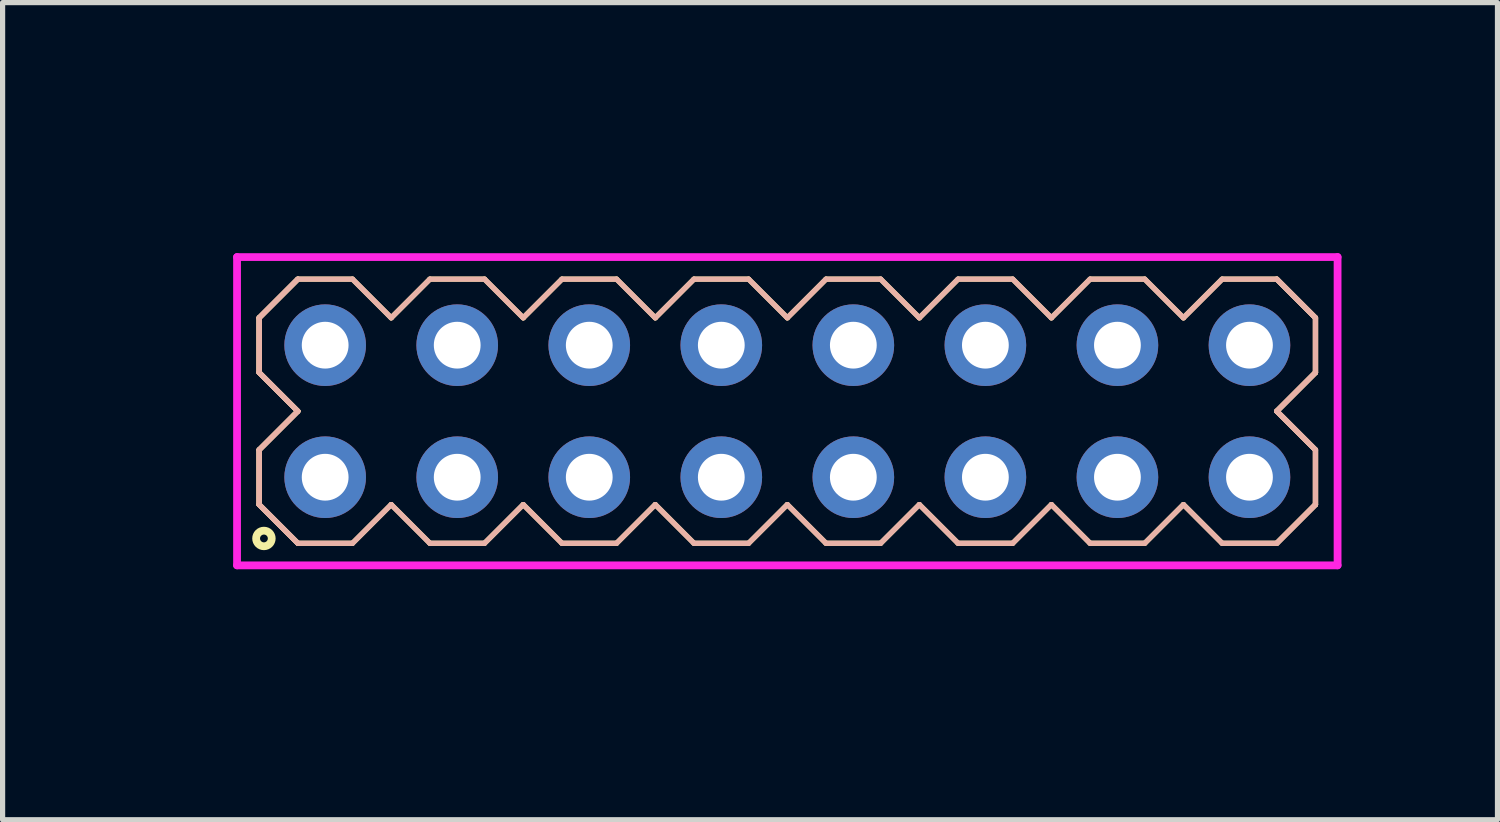
<source format=kicad_pcb>
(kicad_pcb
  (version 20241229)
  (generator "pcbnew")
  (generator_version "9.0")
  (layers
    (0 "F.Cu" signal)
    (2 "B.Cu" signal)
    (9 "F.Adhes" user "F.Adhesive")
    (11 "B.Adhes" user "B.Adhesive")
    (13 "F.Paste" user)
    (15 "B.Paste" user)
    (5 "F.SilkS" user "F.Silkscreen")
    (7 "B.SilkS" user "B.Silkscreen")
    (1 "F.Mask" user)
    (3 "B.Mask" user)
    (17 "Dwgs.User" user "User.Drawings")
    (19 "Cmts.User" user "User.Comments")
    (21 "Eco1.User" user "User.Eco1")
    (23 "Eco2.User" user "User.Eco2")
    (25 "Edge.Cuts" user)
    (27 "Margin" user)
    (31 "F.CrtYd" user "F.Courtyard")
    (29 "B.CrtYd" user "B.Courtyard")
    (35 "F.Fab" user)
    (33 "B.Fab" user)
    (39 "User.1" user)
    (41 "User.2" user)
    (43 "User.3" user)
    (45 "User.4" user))
  (footprint "HDR254P8x2"
    (layer "F.Cu")
    (at 12.095 4.86)
    (property "Reference" "HDR254P8x2" (at -11.335 0 90) (layer "User.1") (effects (font (size 1 1) (thickness 0.1))))
    (attr through_hole)
    (fp_line (start -10.16 -1.796) (end -9.416 -2.54) (stroke (width 0.1) (type solid)) (layer "F.SilkS"))
    (fp_line (start -10.16 -1.796) (end -9.416 -2.54) (stroke (width 0.1) (type solid)) (layer "F.SilkS"))
    (fp_line (start -10.16 -0.744) (end -10.16 -1.796) (stroke (width 0.1) (type solid)) (layer "F.SilkS"))
    (fp_line (start -10.16 -0.744) (end -10.16 -1.796) (stroke (width 0.1) (type solid)) (layer "F.SilkS"))
    (fp_line (start -10.16 0.744) (end -9.416 0) (stroke (width 0.1) (type solid)) (layer "F.SilkS"))
    (fp_line (start -10.16 0.744) (end -9.416 0) (stroke (width 0.1) (type solid)) (layer "F.SilkS"))
    (fp_line (start -10.16 1.796) (end -10.16 0.744) (stroke (width 0.1) (type solid)) (layer "F.SilkS"))
    (fp_line (start -10.16 1.796) (end -10.16 0.744) (stroke (width 0.1) (type solid)) (layer "F.SilkS"))
    (fp_line (start -9.416 -2.54) (end -8.364 -2.54) (stroke (width 0.1) (type solid)) (layer "F.SilkS"))
    (fp_line (start -9.416 0) (end -10.16 -0.744) (stroke (width 0.1) (type solid)) (layer "F.SilkS"))
    (fp_line (start -9.416 0) (end -10.16 -0.744) (stroke (width 0.1) (type solid)) (layer "F.SilkS"))
    (fp_line (start -9.416 2.54) (end -10.16 1.796) (stroke (width 0.1) (type solid)) (layer "F.SilkS"))
    (fp_line (start -9.416 2.54) (end -10.16 1.796) (stroke (width 0.1) (type solid)) (layer "F.SilkS"))
    (fp_line (start -8.364 -2.54) (end -7.62 -1.796) (stroke (width 0.1) (type solid)) (layer "F.SilkS"))
    (fp_line (start -8.364 2.54) (end -9.416 2.54) (stroke (width 0.1) (type solid)) (layer "F.SilkS"))
    (fp_line (start -7.62 -1.796) (end -6.876 -2.54) (stroke (width 0.1) (type solid)) (layer "F.SilkS"))
    (fp_line (start -7.62 1.796) (end -8.364 2.54) (stroke (width 0.1) (type solid)) (layer "F.SilkS"))
    (fp_line (start -6.876 -2.54) (end -5.824 -2.54) (stroke (width 0.1) (type solid)) (layer "F.SilkS"))
    (fp_line (start -6.876 2.54) (end -7.62 1.796) (stroke (width 0.1) (type solid)) (layer "F.SilkS"))
    (fp_line (start -5.824 -2.54) (end -5.08 -1.796) (stroke (width 0.1) (type solid)) (layer "F.SilkS"))
    (fp_line (start -5.824 2.54) (end -6.876 2.54) (stroke (width 0.1) (type solid)) (layer "F.SilkS"))
    (fp_line (start -5.08 -1.796) (end -4.336 -2.54) (stroke (width 0.1) (type solid)) (layer "F.SilkS"))
    (fp_line (start -5.08 1.796) (end -5.824 2.54) (stroke (width 0.1) (type solid)) (layer "F.SilkS"))
    (fp_line (start -4.336 -2.54) (end -3.284 -2.54) (stroke (width 0.1) (type solid)) (layer "F.SilkS"))
    (fp_line (start -4.336 2.54) (end -5.08 1.796) (stroke (width 0.1) (type solid)) (layer "F.SilkS"))
    (fp_line (start -3.284 -2.54) (end -2.54 -1.796) (stroke (width 0.1) (type solid)) (layer "F.SilkS"))
    (fp_line (start -3.284 2.54) (end -4.336 2.54) (stroke (width 0.1) (type solid)) (layer "F.SilkS"))
    (fp_line (start -2.54 -1.796) (end -1.796 -2.54) (stroke (width 0.1) (type solid)) (layer "F.SilkS"))
    (fp_line (start -2.54 1.796) (end -3.284 2.54) (stroke (width 0.1) (type solid)) (layer "F.SilkS"))
    (fp_line (start -1.796 -2.54) (end -0.744 -2.54) (stroke (width 0.1) (type solid)) (layer "F.SilkS"))
    (fp_line (start -1.796 2.54) (end -2.54 1.796) (stroke (width 0.1) (type solid)) (layer "F.SilkS"))
    (fp_line (start -0.744 -2.54) (end 0 -1.796) (stroke (width 0.1) (type solid)) (layer "F.SilkS"))
    (fp_line (start -0.744 2.54) (end -1.796 2.54) (stroke (width 0.1) (type solid)) (layer "F.SilkS"))
    (fp_line (start 0 -1.796) (end 0.744 -2.54) (stroke (width 0.1) (type solid)) (layer "F.SilkS"))
    (fp_line (start 0 1.796) (end -0.744 2.54) (stroke (width 0.1) (type solid)) (layer "F.SilkS"))
    (fp_line (start 0.744 -2.54) (end 1.796 -2.54) (stroke (width 0.1) (type solid)) (layer "F.SilkS"))
    (fp_line (start 0.744 2.54) (end 0 1.796) (stroke (width 0.1) (type solid)) (layer "F.SilkS"))
    (fp_line (start 1.796 -2.54) (end 2.54 -1.796) (stroke (width 0.1) (type solid)) (layer "F.SilkS"))
    (fp_line (start 1.796 2.54) (end 0.744 2.54) (stroke (width 0.1) (type solid)) (layer "F.SilkS"))
    (fp_line (start 2.54 -1.796) (end 3.284 -2.54) (stroke (width 0.1) (type solid)) (layer "F.SilkS"))
    (fp_line (start 2.54 1.796) (end 1.796 2.54) (stroke (width 0.1) (type solid)) (layer "F.SilkS"))
    (fp_line (start 3.284 -2.54) (end 4.336 -2.54) (stroke (width 0.1) (type solid)) (layer "F.SilkS"))
    (fp_line (start 3.284 2.54) (end 2.54 1.796) (stroke (width 0.1) (type solid)) (layer "F.SilkS"))
    (fp_line (start 4.336 -2.54) (end 5.08 -1.796) (stroke (width 0.1) (type solid)) (layer "F.SilkS"))
    (fp_line (start 4.336 2.54) (end 3.284 2.54) (stroke (width 0.1) (type solid)) (layer "F.SilkS"))
    (fp_line (start 5.08 -1.796) (end 5.824 -2.54) (stroke (width 0.1) (type solid)) (layer "F.SilkS"))
    (fp_line (start 5.08 1.796) (end 4.336 2.54) (stroke (width 0.1) (type solid)) (layer "F.SilkS"))
    (fp_line (start 5.824 -2.54) (end 6.876 -2.54) (stroke (width 0.1) (type solid)) (layer "F.SilkS"))
    (fp_line (start 5.824 2.54) (end 5.08 1.796) (stroke (width 0.1) (type solid)) (layer "F.SilkS"))
    (fp_line (start 6.876 -2.54) (end 7.62 -1.796) (stroke (width 0.1) (type solid)) (layer "F.SilkS"))
    (fp_line (start 6.876 2.54) (end 5.824 2.54) (stroke (width 0.1) (type solid)) (layer "F.SilkS"))
    (fp_line (start 7.62 -1.796) (end 8.364 -2.54) (stroke (width 0.1) (type solid)) (layer "F.SilkS"))
    (fp_line (start 7.62 1.796) (end 6.876 2.54) (stroke (width 0.1) (type solid)) (layer "F.SilkS"))
    (fp_line (start 8.364 -2.54) (end 9.416 -2.54) (stroke (width 0.1) (type solid)) (layer "F.SilkS"))
    (fp_line (start 8.364 2.54) (end 7.62 1.796) (stroke (width 0.1) (type solid)) (layer "F.SilkS"))
    (fp_line (start 9.416 -2.54) (end 10.16 -1.796) (stroke (width 0.1) (type solid)) (layer "F.SilkS"))
    (fp_line (start 9.416 -2.54) (end 10.16 -1.796) (stroke (width 0.1) (type solid)) (layer "F.SilkS"))
    (fp_line (start 9.416 0) (end 10.16 0.744) (stroke (width 0.1) (type solid)) (layer "F.SilkS"))
    (fp_line (start 9.416 0) (end 10.16 0.744) (stroke (width 0.1) (type solid)) (layer "F.SilkS"))
    (fp_line (start 9.416 2.54) (end 8.364 2.54) (stroke (width 0.1) (type solid)) (layer "F.SilkS"))
    (fp_line (start 10.16 -1.796) (end 10.16 -0.744) (stroke (width 0.1) (type solid)) (layer "F.SilkS"))
    (fp_line (start 10.16 -1.796) (end 10.16 -0.744) (stroke (width 0.1) (type solid)) (layer "F.SilkS"))
    (fp_line (start 10.16 -0.744) (end 9.416 0) (stroke (width 0.1) (type solid)) (layer "F.SilkS"))
    (fp_line (start 10.16 -0.744) (end 9.416 0) (stroke (width 0.1) (type solid)) (layer "F.SilkS"))
    (fp_line (start 10.16 0.744) (end 10.16 1.796) (stroke (width 0.1) (type solid)) (layer "F.SilkS"))
    (fp_line (start 10.16 0.744) (end 10.16 1.796) (stroke (width 0.1) (type solid)) (layer "F.SilkS"))
    (fp_line (start 10.16 1.796) (end 9.416 2.54) (stroke (width 0.1) (type solid)) (layer "F.SilkS"))
    (fp_line (start 10.16 1.796) (end 9.416 2.54) (stroke (width 0.1) (type solid)) (layer "F.SilkS"))
    (fp_circle (center -10.068 2.448) (end -9.918 2.448) (stroke (width 0.15) (type solid)) (fill no) (layer "F.SilkS"))
    (fp_line (start -10.16 -1.796) (end -9.416 -2.54) (stroke (width 0.1) (type solid)) (layer "B.SilkS"))
    (fp_line (start -10.16 -1.796) (end -9.416 -2.54) (stroke (width 0.1) (type solid)) (layer "B.SilkS"))
    (fp_line (start -10.16 -0.744) (end -10.16 -1.796) (stroke (width 0.1) (type solid)) (layer "B.SilkS"))
    (fp_line (start -10.16 -0.744) (end -10.16 -1.796) (stroke (width 0.1) (type solid)) (layer "B.SilkS"))
    (fp_line (start -10.16 0.744) (end -9.416 0) (stroke (width 0.1) (type solid)) (layer "B.SilkS"))
    (fp_line (start -10.16 0.744) (end -9.416 0) (stroke (width 0.1) (type solid)) (layer "B.SilkS"))
    (fp_line (start -10.16 1.796) (end -10.16 0.744) (stroke (width 0.1) (type solid)) (layer "B.SilkS"))
    (fp_line (start -10.16 1.796) (end -10.16 0.744) (stroke (width 0.1) (type solid)) (layer "B.SilkS"))
    (fp_line (start -9.416 -2.54) (end -8.364 -2.54) (stroke (width 0.1) (type solid)) (layer "B.SilkS"))
    (fp_line (start -9.416 0) (end -10.16 -0.744) (stroke (width 0.1) (type solid)) (layer "B.SilkS"))
    (fp_line (start -9.416 0) (end -10.16 -0.744) (stroke (width 0.1) (type solid)) (layer "B.SilkS"))
    (fp_line (start -9.416 2.54) (end -10.16 1.796) (stroke (width 0.1) (type solid)) (layer "B.SilkS"))
    (fp_line (start -9.416 2.54) (end -10.16 1.796) (stroke (width 0.1) (type solid)) (layer "B.SilkS"))
    (fp_line (start -8.364 -2.54) (end -7.62 -1.796) (stroke (width 0.1) (type solid)) (layer "B.SilkS"))
    (fp_line (start -8.364 2.54) (end -9.416 2.54) (stroke (width 0.1) (type solid)) (layer "B.SilkS"))
    (fp_line (start -7.62 -1.796) (end -6.876 -2.54) (stroke (width 0.1) (type solid)) (layer "B.SilkS"))
    (fp_line (start -7.62 1.796) (end -8.364 2.54) (stroke (width 0.1) (type solid)) (layer "B.SilkS"))
    (fp_line (start -6.876 -2.54) (end -5.824 -2.54) (stroke (width 0.1) (type solid)) (layer "B.SilkS"))
    (fp_line (start -6.876 2.54) (end -7.62 1.796) (stroke (width 0.1) (type solid)) (layer "B.SilkS"))
    (fp_line (start -5.824 -2.54) (end -5.08 -1.796) (stroke (width 0.1) (type solid)) (layer "B.SilkS"))
    (fp_line (start -5.824 2.54) (end -6.876 2.54) (stroke (width 0.1) (type solid)) (layer "B.SilkS"))
    (fp_line (start -5.08 -1.796) (end -4.336 -2.54) (stroke (width 0.1) (type solid)) (layer "B.SilkS"))
    (fp_line (start -5.08 1.796) (end -5.824 2.54) (stroke (width 0.1) (type solid)) (layer "B.SilkS"))
    (fp_line (start -4.336 -2.54) (end -3.284 -2.54) (stroke (width 0.1) (type solid)) (layer "B.SilkS"))
    (fp_line (start -4.336 2.54) (end -5.08 1.796) (stroke (width 0.1) (type solid)) (layer "B.SilkS"))
    (fp_line (start -3.284 -2.54) (end -2.54 -1.796) (stroke (width 0.1) (type solid)) (layer "B.SilkS"))
    (fp_line (start -3.284 2.54) (end -4.336 2.54) (stroke (width 0.1) (type solid)) (layer "B.SilkS"))
    (fp_line (start -2.54 -1.796) (end -1.796 -2.54) (stroke (width 0.1) (type solid)) (layer "B.SilkS"))
    (fp_line (start -2.54 1.796) (end -3.284 2.54) (stroke (width 0.1) (type solid)) (layer "B.SilkS"))
    (fp_line (start -1.796 -2.54) (end -0.744 -2.54) (stroke (width 0.1) (type solid)) (layer "B.SilkS"))
    (fp_line (start -1.796 2.54) (end -2.54 1.796) (stroke (width 0.1) (type solid)) (layer "B.SilkS"))
    (fp_line (start -0.744 -2.54) (end 0 -1.796) (stroke (width 0.1) (type solid)) (layer "B.SilkS"))
    (fp_line (start -0.744 2.54) (end -1.796 2.54) (stroke (width 0.1) (type solid)) (layer "B.SilkS"))
    (fp_line (start 0 -1.796) (end 0.744 -2.54) (stroke (width 0.1) (type solid)) (layer "B.SilkS"))
    (fp_line (start 0 1.796) (end -0.744 2.54) (stroke (width 0.1) (type solid)) (layer "B.SilkS"))
    (fp_line (start 0.744 -2.54) (end 1.796 -2.54) (stroke (width 0.1) (type solid)) (layer "B.SilkS"))
    (fp_line (start 0.744 2.54) (end 0 1.796) (stroke (width 0.1) (type solid)) (layer "B.SilkS"))
    (fp_line (start 1.796 -2.54) (end 2.54 -1.796) (stroke (width 0.1) (type solid)) (layer "B.SilkS"))
    (fp_line (start 1.796 2.54) (end 0.744 2.54) (stroke (width 0.1) (type solid)) (layer "B.SilkS"))
    (fp_line (start 2.54 -1.796) (end 3.284 -2.54) (stroke (width 0.1) (type solid)) (layer "B.SilkS"))
    (fp_line (start 2.54 1.796) (end 1.796 2.54) (stroke (width 0.1) (type solid)) (layer "B.SilkS"))
    (fp_line (start 3.284 -2.54) (end 4.336 -2.54) (stroke (width 0.1) (type solid)) (layer "B.SilkS"))
    (fp_line (start 3.284 2.54) (end 2.54 1.796) (stroke (width 0.1) (type solid)) (layer "B.SilkS"))
    (fp_line (start 4.336 -2.54) (end 5.08 -1.796) (stroke (width 0.1) (type solid)) (layer "B.SilkS"))
    (fp_line (start 4.336 2.54) (end 3.284 2.54) (stroke (width 0.1) (type solid)) (layer "B.SilkS"))
    (fp_line (start 5.08 -1.796) (end 5.824 -2.54) (stroke (width 0.1) (type solid)) (layer "B.SilkS"))
    (fp_line (start 5.08 1.796) (end 4.336 2.54) (stroke (width 0.1) (type solid)) (layer "B.SilkS"))
    (fp_line (start 5.824 -2.54) (end 6.876 -2.54) (stroke (width 0.1) (type solid)) (layer "B.SilkS"))
    (fp_line (start 5.824 2.54) (end 5.08 1.796) (stroke (width 0.1) (type solid)) (layer "B.SilkS"))
    (fp_line (start 6.876 -2.54) (end 7.62 -1.796) (stroke (width 0.1) (type solid)) (layer "B.SilkS"))
    (fp_line (start 6.876 2.54) (end 5.824 2.54) (stroke (width 0.1) (type solid)) (layer "B.SilkS"))
    (fp_line (start 7.62 -1.796) (end 8.364 -2.54) (stroke (width 0.1) (type solid)) (layer "B.SilkS"))
    (fp_line (start 7.62 1.796) (end 6.876 2.54) (stroke (width 0.1) (type solid)) (layer "B.SilkS"))
    (fp_line (start 8.364 -2.54) (end 9.416 -2.54) (stroke (width 0.1) (type solid)) (layer "B.SilkS"))
    (fp_line (start 8.364 2.54) (end 7.62 1.796) (stroke (width 0.1) (type solid)) (layer "B.SilkS"))
    (fp_line (start 9.416 -2.54) (end 10.16 -1.796) (stroke (width 0.1) (type solid)) (layer "B.SilkS"))
    (fp_line (start 9.416 -2.54) (end 10.16 -1.796) (stroke (width 0.1) (type solid)) (layer "B.SilkS"))
    (fp_line (start 9.416 0) (end 10.16 0.744) (stroke (width 0.1) (type solid)) (layer "B.SilkS"))
    (fp_line (start 9.416 0) (end 10.16 0.744) (stroke (width 0.1) (type solid)) (layer "B.SilkS"))
    (fp_line (start 9.416 2.54) (end 8.364 2.54) (stroke (width 0.1) (type solid)) (layer "B.SilkS"))
    (fp_line (start 10.16 -1.796) (end 10.16 -0.744) (stroke (width 0.1) (type solid)) (layer "B.SilkS"))
    (fp_line (start 10.16 -1.796) (end 10.16 -0.744) (stroke (width 0.1) (type solid)) (layer "B.SilkS"))
    (fp_line (start 10.16 -0.744) (end 9.416 0) (stroke (width 0.1) (type solid)) (layer "B.SilkS"))
    (fp_line (start 10.16 -0.744) (end 9.416 0) (stroke (width 0.1) (type solid)) (layer "B.SilkS"))
    (fp_line (start 10.16 0.744) (end 10.16 1.796) (stroke (width 0.1) (type solid)) (layer "B.SilkS"))
    (fp_line (start 10.16 0.744) (end 10.16 1.796) (stroke (width 0.1) (type solid)) (layer "B.SilkS"))
    (fp_line (start 10.16 1.796) (end 9.416 2.54) (stroke (width 0.1) (type solid)) (layer "B.SilkS"))
    (fp_line (start 10.16 1.796) (end 9.416 2.54) (stroke (width 0.1) (type solid)) (layer "B.SilkS"))
    (fp_line (start -10.585 -2.965) (end -10.585 2.965) (stroke (width 0.15) (type solid)) (layer "F.CrtYd"))
    (fp_line (start -10.585 2.965) (end 10.585 2.965) (stroke (width 0.15) (type solid)) (layer "F.CrtYd"))
    (fp_line (start 10.585 -2.965) (end -10.585 -2.965) (stroke (width 0.15) (type solid)) (layer "F.CrtYd"))
    (fp_line (start 10.585 2.965) (end 10.585 -2.965) (stroke (width 0.15) (type solid)) (layer "F.CrtYd"))
    (pad "1" thru_hole oval (at -8.89 1.27) (size 1.57 1.57) (drill 0.9) (layers "*.Cu" "*.Mask"))
    (pad "2" thru_hole oval (at -8.89 -1.27) (size 1.57 1.57) (drill 0.9) (layers "*.Cu" "*.Mask"))
    (pad "3" thru_hole oval (at -6.35 1.27) (size 1.57 1.57) (drill 0.9) (layers "*.Cu" "*.Mask"))
    (pad "4" thru_hole oval (at -6.35 -1.27) (size 1.57 1.57) (drill 0.9) (layers "*.Cu" "*.Mask"))
    (pad "5" thru_hole oval (at -3.81 1.27) (size 1.57 1.57) (drill 0.9) (layers "*.Cu" "*.Mask"))
    (pad "6" thru_hole oval (at -3.81 -1.27) (size 1.57 1.57) (drill 0.9) (layers "*.Cu" "*.Mask"))
    (pad "7" thru_hole oval (at -1.27 1.27) (size 1.57 1.57) (drill 0.9) (layers "*.Cu" "*.Mask"))
    (pad "8" thru_hole oval (at -1.27 -1.27) (size 1.57 1.57) (drill 0.9) (layers "*.Cu" "*.Mask"))
    (pad "9" thru_hole oval (at 1.27 1.27) (size 1.57 1.57) (drill 0.9) (layers "*.Cu" "*.Mask"))
    (pad "10" thru_hole oval (at 1.27 -1.27) (size 1.57 1.57) (drill 0.9) (layers "*.Cu" "*.Mask"))
    (pad "11" thru_hole oval (at 3.81 1.27) (size 1.57 1.57) (drill 0.9) (layers "*.Cu" "*.Mask"))
    (pad "12" thru_hole oval (at 3.81 -1.27) (size 1.57 1.57) (drill 0.9) (layers "*.Cu" "*.Mask"))
    (pad "13" thru_hole oval (at 6.35 1.27) (size 1.57 1.57) (drill 0.9) (layers "*.Cu" "*.Mask"))
    (pad "14" thru_hole oval (at 6.35 -1.27) (size 1.57 1.57) (drill 0.9) (layers "*.Cu" "*.Mask"))
    (pad "15" thru_hole oval (at 8.89 1.27) (size 1.57 1.57) (drill 0.9) (layers "*.Cu" "*.Mask"))
    (pad "16" thru_hole oval (at 8.89 -1.27) (size 1.57 1.57) (drill 0.9) (layers "*.Cu" "*.Mask")))
  (gr_rect
    (start -3 -3)
    (end 25.756 12.719)
    (stroke (width 0.1) (type default))
    (fill no)
    (layer "Edge.Cuts")))
</source>
